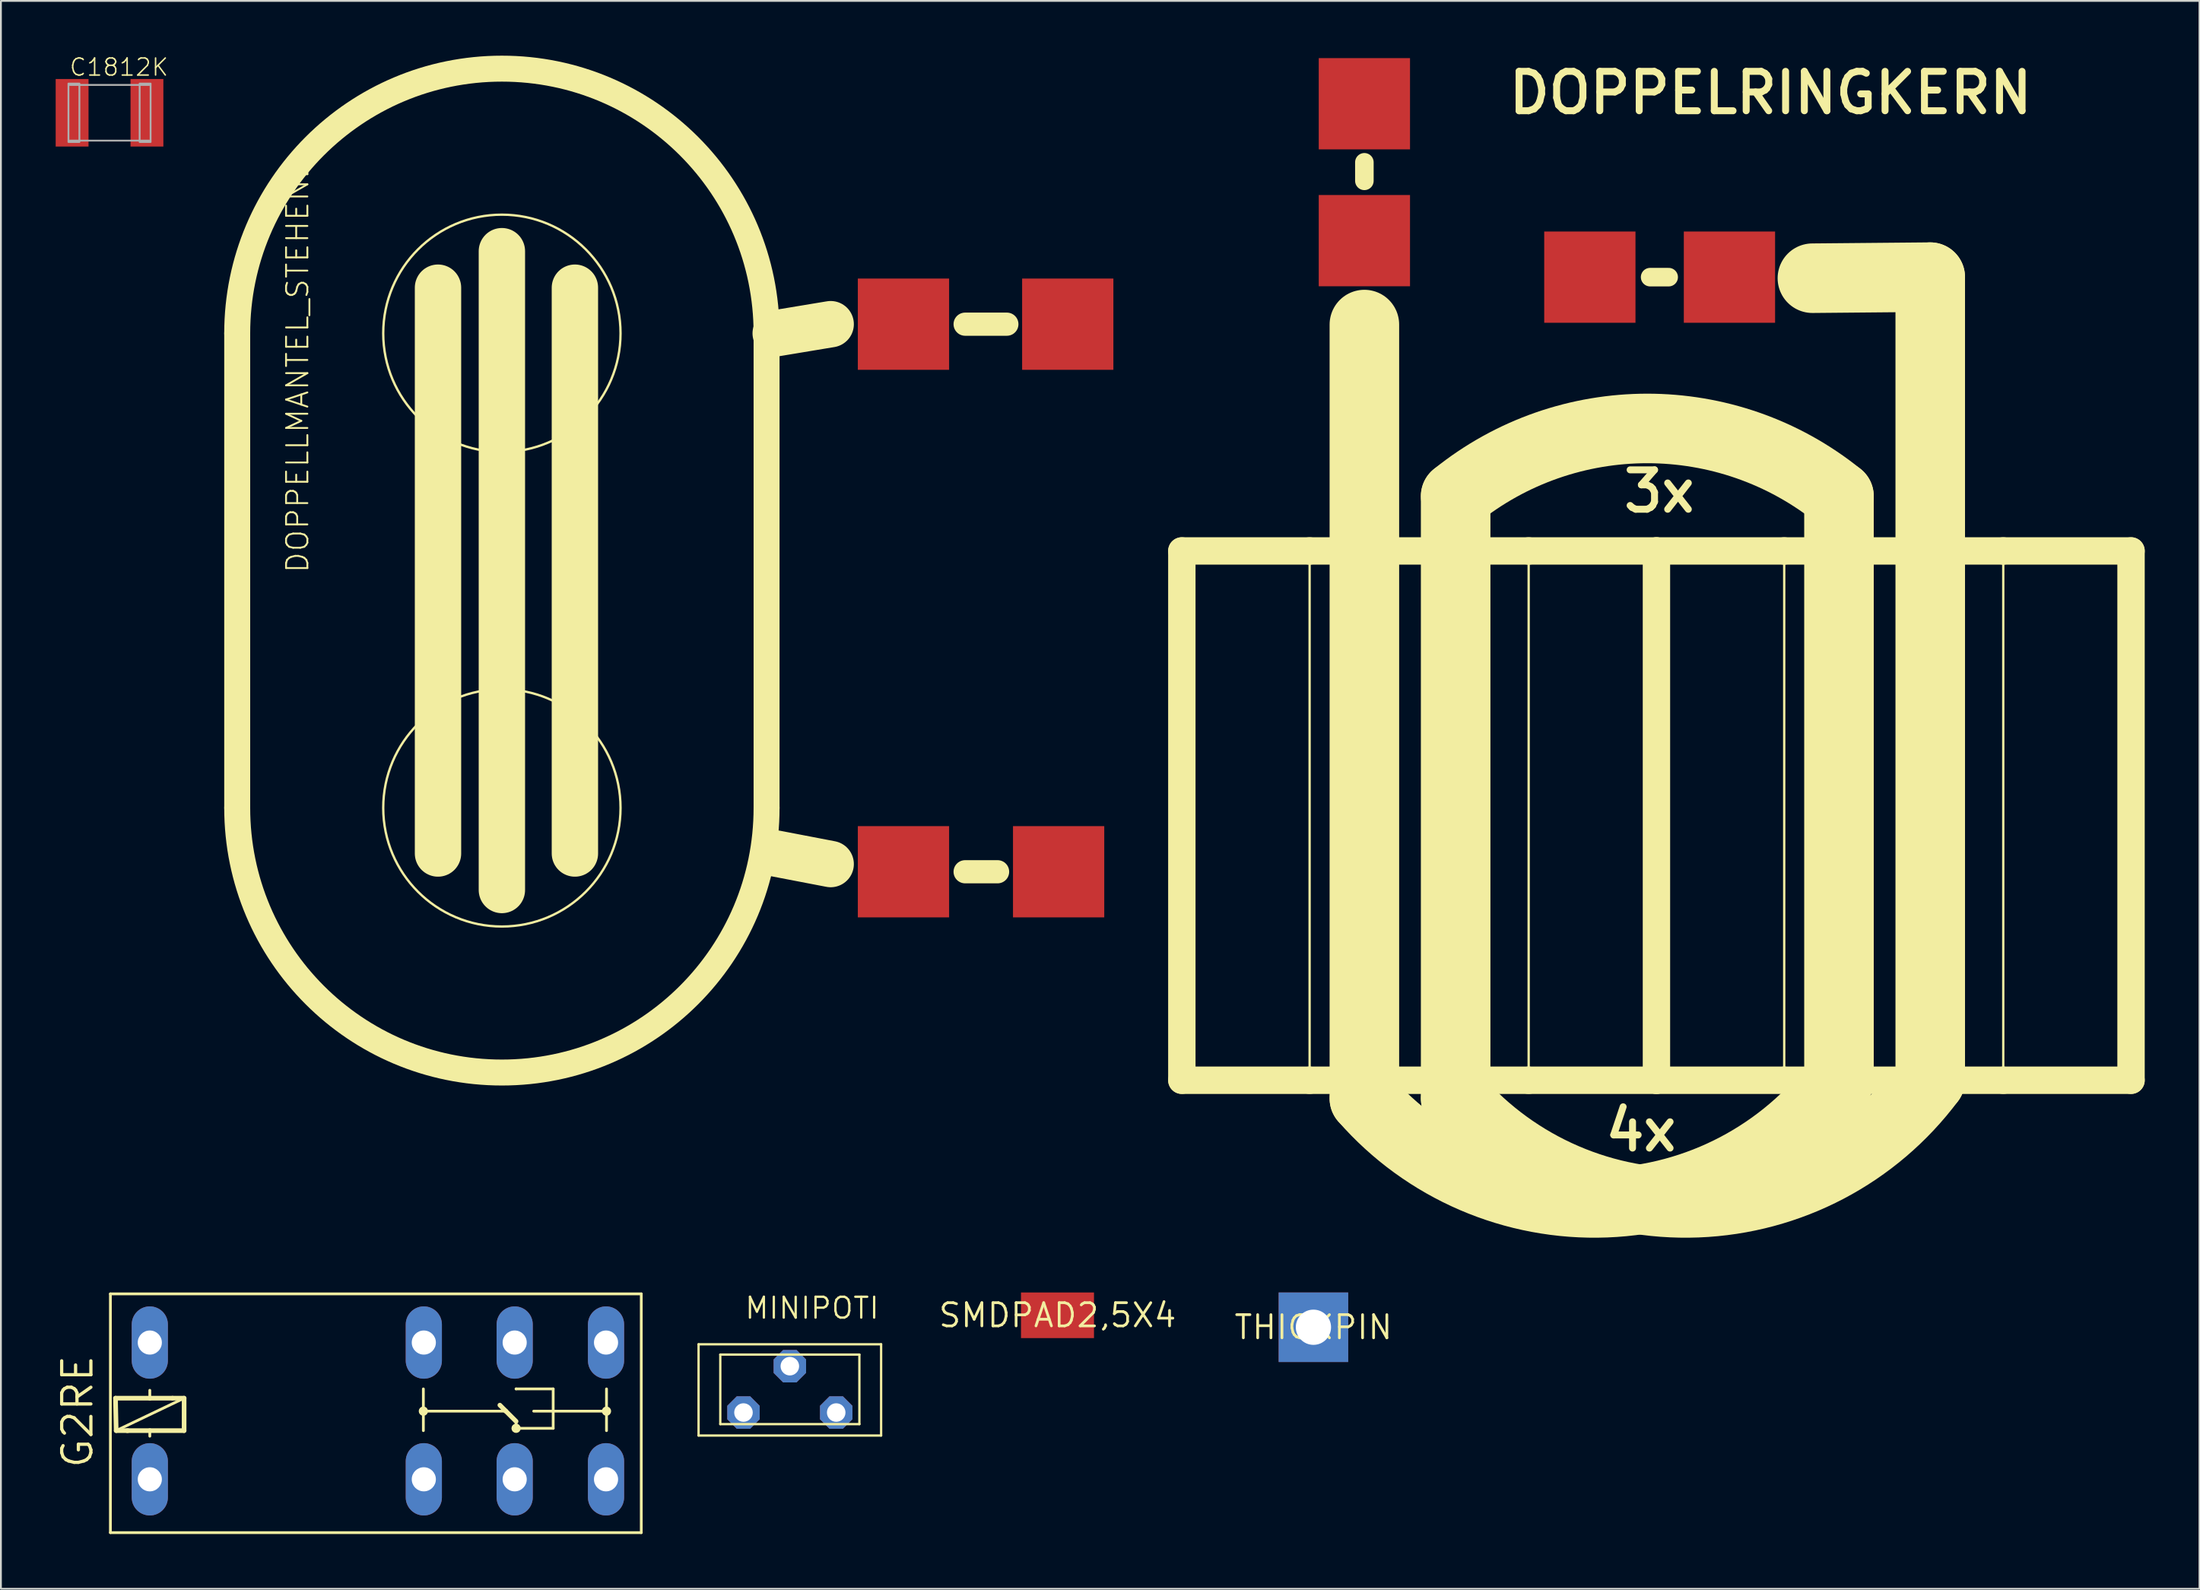
<source format=kicad_pcb>
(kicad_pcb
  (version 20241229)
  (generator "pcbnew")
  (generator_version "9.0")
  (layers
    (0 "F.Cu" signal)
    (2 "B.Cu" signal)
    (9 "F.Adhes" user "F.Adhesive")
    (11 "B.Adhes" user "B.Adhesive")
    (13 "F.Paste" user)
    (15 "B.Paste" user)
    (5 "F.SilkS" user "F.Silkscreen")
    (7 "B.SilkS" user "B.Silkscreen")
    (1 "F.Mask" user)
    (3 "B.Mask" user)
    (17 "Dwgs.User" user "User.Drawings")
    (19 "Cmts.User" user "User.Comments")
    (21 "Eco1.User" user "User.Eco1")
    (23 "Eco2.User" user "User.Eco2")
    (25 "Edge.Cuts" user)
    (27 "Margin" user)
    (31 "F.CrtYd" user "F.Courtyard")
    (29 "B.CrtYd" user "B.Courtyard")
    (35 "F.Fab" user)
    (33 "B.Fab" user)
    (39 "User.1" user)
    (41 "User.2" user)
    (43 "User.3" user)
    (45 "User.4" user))
  (footprint "SMDPAD2,5X4"
    (layer "F.Cu")
    (at 54.883 69.011)
    (property "Reference" "SMDPAD2,5X4" (at 0 0 0) (layer "F.SilkS") (effects (font (size 1.27 1.27) (thickness 0.15))))
    (pad "P$1" smd rect (at 0 0 90) (size 2.5 4) (layers "F.Cu" "F.Mask" "F.Paste")))
  (footprint "DOPPELRINGKERN"
    (layer "F.Cu")
    (at 86.265 45.212)
    (property "Reference" "DOPPELRINGKERN" (at -6.858 -41.91 0) (layer "F.SilkS") (effects (font (size 2.159 2.159) (thickness 0.381)) (justify left bottom)))
    (fp_line (start -24.57 -18.078) (end -24.57 10.922) (stroke (width 1.5) (type solid)) (layer "F.SilkS"))
    (fp_line (start -24.57 10.922) (end -17.57 10.922) (stroke (width 1.5) (type solid)) (layer "F.SilkS"))
    (fp_line (start -17.57 -18.078) (end -24.57 -18.078) (stroke (width 1.5) (type solid)) (layer "F.SilkS"))
    (fp_line (start -17.57 -18.078) (end -17.57 10.922) (stroke (width 0.127) (type solid)) (layer "F.SilkS"))
    (fp_line (start -17.57 10.922) (end -5.57 10.922) (stroke (width 1.5) (type solid)) (layer "F.SilkS"))
    (fp_line (start -14.57 -39.37) (end -14.57 -38.354) (stroke (width 1.016) (type solid)) (layer "F.SilkS"))
    (fp_line (start -14.57 -30.48) (end -14.57 11.922) (stroke (width 3.81) (type solid)) (layer "F.SilkS"))
    (fp_line (start -9.57 -21.078) (end -9.57 11.922) (stroke (width 3.81) (type solid)) (layer "F.SilkS"))
    (fp_line (start -5.57 -18.078) (end -17.57 -18.078) (stroke (width 1.5) (type solid)) (layer "F.SilkS"))
    (fp_line (start -5.57 -18.078) (end -5.57 10.922) (stroke (width 0.127) (type solid)) (layer "F.SilkS"))
    (fp_line (start -5.57 10.922) (end 1.43 10.922) (stroke (width 1.5) (type solid)) (layer "F.SilkS"))
    (fp_line (start 1.43 -18.078) (end -5.57 -18.078) (stroke (width 1.5) (type solid)) (layer "F.SilkS"))
    (fp_line (start 1.43 -18.078) (end 1.43 10.922) (stroke (width 1.5) (type solid)) (layer "F.SilkS"))
    (fp_line (start 1.43 10.922) (end 8.43 10.922) (stroke (width 1.5) (type solid)) (layer "F.SilkS"))
    (fp_line (start 2.1 -33.078) (end 1.084 -33.078) (stroke (width 1.016) (type solid)) (layer "F.SilkS"))
    (fp_line (start 8.43 -18.078) (end 1.43 -18.078) (stroke (width 1.5) (type solid)) (layer "F.SilkS"))
    (fp_line (start 8.43 -18.078) (end 8.43 10.922) (stroke (width 0.127) (type solid)) (layer "F.SilkS"))
    (fp_line (start 8.43 10.922) (end 11.43 10.922) (stroke (width 1.5) (type solid)) (layer "F.SilkS"))
    (fp_line (start 11.43 10.922) (end 11.43 -21.078) (stroke (width 3.81) (type solid)) (layer "F.SilkS"))
    (fp_line (start 11.43 10.922) (end 16.43 10.922) (stroke (width 1.5) (type solid)) (layer "F.SilkS"))
    (fp_line (start 16.43 -33.078) (end 9.974 -33.02) (stroke (width 3.81) (type solid)) (layer "F.SilkS"))
    (fp_line (start 16.43 10.922) (end 16.43 -33.078) (stroke (width 3.81) (type solid)) (layer "F.SilkS"))
    (fp_line (start 16.43 10.922) (end 20.43 10.922) (stroke (width 1.5) (type solid)) (layer "F.SilkS"))
    (fp_line (start 20.43 -18.078) (end 8.43 -18.078) (stroke (width 1.5) (type solid)) (layer "F.SilkS"))
    (fp_line (start 20.43 -18.078) (end 20.43 10.922) (stroke (width 0.127) (type solid)) (layer "F.SilkS"))
    (fp_line (start 20.43 10.922) (end 27.43 10.922) (stroke (width 1.5) (type solid)) (layer "F.SilkS"))
    (fp_line (start 27.43 -18.078) (end 20.43 -18.078) (stroke (width 1.5) (type solid)) (layer "F.SilkS"))
    (fp_line (start 27.43 10.922) (end 27.43 -18.078) (stroke (width 1.5) (type solid)) (layer "F.SilkS"))
    (fp_arc (start -9.570001 -21.077999) (mid 0.929999 -24.788775) (end 11.43 -21.078) (stroke (width 3.81) (type solid)) (layer "F.SilkS"))
    (fp_arc (start 11.429999 10.922) (mid -1.331182 17.631272) (end -14.57 11.922) (stroke (width 3.81) (type solid)) (layer "F.SilkS"))
    (fp_arc (start 16.429999 10.922) (mid 3.668818 17.631272) (end -9.57 11.922) (stroke (width 3.81) (type solid)) (layer "F.SilkS"))
    (fp_text user "3x" (at -0.57 -20.078 0) (layer "F.SilkS") (effects (font (size 2.159 2.159) (thickness 0.381)) (justify left bottom)))
    (fp_text user "4x" (at -1.57 14.922 0) (layer "F.SilkS") (effects (font (size 2.159 2.159) (thickness 0.381)) (justify left bottom)))
    (pad "P1" smd rect (at -14.57 -42.578) (size 5 5) (layers "F.Cu" "F.Mask" "F.Paste"))
    (pad "P2" smd rect (at -2.218 -33.078) (size 5 5) (layers "F.Cu" "F.Mask" "F.Paste"))
    (pad "S1" smd rect (at -14.57 -35.078) (size 5 5) (layers "F.Cu" "F.Mask" "F.Paste"))
    (pad "S2" smd rect (at 5.43 -33.078) (size 5 5) (layers "F.Cu" "F.Mask" "F.Paste")))
  (footprint "THICKPIN"
    (layer "F.Cu")
    (at 68.904 69.666)
    (property "Reference" "THICKPIN" (at 0 0 0) (layer "F.SilkS") (effects (font (size 1.27 1.27) (thickness 0.15))))
    (pad "1" thru_hole rect (at 0 0) (size 3.81 3.81) (drill 1.93) (layers "*.Cu" "*.Mask")))
  (footprint "G2RE"
    (layer "F.Cu")
    (at 20.168 74.187)
    (property "Reference" "G2RE" (at -18.034 3.302 90) (layer "F.SilkS") (effects (font (size 1.6 1.6) (thickness 0.178)) (justify left bottom)))
    (fp_line (start -17.17 6.731) (end -17.17 -6.35) (stroke (width 0.152) (type solid)) (layer "F.SilkS"))
    (fp_line (start -17.17 6.731) (end 11.913 6.731) (stroke (width 0.152) (type solid)) (layer "F.SilkS"))
    (fp_line (start -16.891 -0.635) (end -15.011 -0.635) (stroke (width 0.254) (type solid)) (layer "F.SilkS"))
    (fp_line (start -16.853 1.143) (end -16.891 -0.635) (stroke (width 0.254) (type solid)) (layer "F.SilkS"))
    (fp_line (start -16.218 1.143) (end -16.853 1.143) (stroke (width 0.254) (type solid)) (layer "F.SilkS"))
    (fp_line (start -15.011 -0.635) (end -15.011 -1.067) (stroke (width 0.152) (type solid)) (layer "F.SilkS"))
    (fp_line (start -15.011 -0.635) (end -13.767 -0.635) (stroke (width 0.254) (type solid)) (layer "F.SilkS"))
    (fp_line (start -15.011 1.143) (end -16.256 1.143) (stroke (width 0.254) (type solid)) (layer "F.SilkS"))
    (fp_line (start -15.011 1.448) (end -15.011 1.143) (stroke (width 0.152) (type solid)) (layer "F.SilkS"))
    (fp_line (start -13.767 -0.635) (end -13.132 -0.635) (stroke (width 0.254) (type solid)) (layer "F.SilkS"))
    (fp_line (start -13.132 -0.635) (end -16.853 1.143) (stroke (width 0.152) (type solid)) (layer "F.SilkS"))
    (fp_line (start -13.132 -0.635) (end -13.132 1.143) (stroke (width 0.254) (type solid)) (layer "F.SilkS"))
    (fp_line (start -13.132 1.143) (end -15.011 1.143) (stroke (width 0.254) (type solid)) (layer "F.SilkS"))
    (fp_line (start -0.025 0.076) (end -0.025 -1.143) (stroke (width 0.152) (type solid)) (layer "F.SilkS"))
    (fp_line (start -0.025 0.076) (end -0.025 1.143) (stroke (width 0.152) (type solid)) (layer "F.SilkS"))
    (fp_line (start 4.166 -0.254) (end 4.496 0.076) (stroke (width 0.254) (type solid)) (layer "F.SilkS"))
    (fp_line (start 4.496 0.076) (end -0.025 0.076) (stroke (width 0.152) (type solid)) (layer "F.SilkS"))
    (fp_line (start 4.496 0.076) (end 5.055 0.635) (stroke (width 0.254) (type solid)) (layer "F.SilkS"))
    (fp_line (start 5.055 -1.143) (end 5.055 -1.143) (stroke (width 0.152) (type solid)) (layer "F.SilkS"))
    (fp_line (start 5.055 -1.143) (end 7.087 -1.143) (stroke (width 0.152) (type solid)) (layer "F.SilkS"))
    (fp_line (start 5.055 1.016) (end 5.055 0.635) (stroke (width 0.152) (type solid)) (layer "F.SilkS"))
    (fp_line (start 5.055 1.143) (end 5.055 1.143) (stroke (width 0.152) (type solid)) (layer "F.SilkS"))
    (fp_line (start 6.02 0.076) (end 10.008 0.076) (stroke (width 0.152) (type solid)) (layer "F.SilkS"))
    (fp_line (start 7.087 1.016) (end 5.055 1.016) (stroke (width 0.152) (type solid)) (layer "F.SilkS"))
    (fp_line (start 7.087 1.016) (end 7.087 -1.143) (stroke (width 0.152) (type solid)) (layer "F.SilkS"))
    (fp_line (start 10.008 0.076) (end 10.008 -1.143) (stroke (width 0.152) (type solid)) (layer "F.SilkS"))
    (fp_line (start 10.008 0.076) (end 10.008 1.143) (stroke (width 0.152) (type solid)) (layer "F.SilkS"))
    (fp_line (start 11.913 -6.35) (end -17.17 -6.35) (stroke (width 0.152) (type solid)) (layer "F.SilkS"))
    (fp_line (start 11.913 -6.35) (end 11.913 6.731) (stroke (width 0.152) (type solid)) (layer "F.SilkS"))
    (fp_circle (center -0.025 0.076) (end 0.102 0.076) (stroke (width 0.254) (type solid)) (fill no) (layer "F.SilkS"))
    (fp_circle (center 5.055 1.016) (end 5.182 1.016) (stroke (width 0.254) (type solid)) (fill no) (layer "F.SilkS"))
    (fp_circle (center 10.008 0.076) (end 10.135 0.076) (stroke (width 0.254) (type solid)) (fill no) (layer "F.SilkS"))
    (pad "1" thru_hole oval (at -15.011 3.81 90) (size 3.962 1.981) (drill 1.321) (layers "*.Cu" "*.Mask"))
    (pad "2" thru_hole oval (at -15.011 -3.683 90) (size 3.962 1.981) (drill 1.321) (layers "*.Cu" "*.Mask"))
    (pad "O0" thru_hole oval (at 0 3.81 90) (size 3.962 1.981) (drill 1.321) (layers "*.Cu" "*.Mask"))
    (pad "O1" thru_hole oval (at 0 -3.683 90) (size 3.962 1.981) (drill 1.321) (layers "*.Cu" "*.Mask"))
    (pad "P0" thru_hole oval (at 4.978 3.81 90) (size 3.962 1.981) (drill 1.321) (layers "*.Cu" "*.Mask"))
    (pad "P1" thru_hole oval (at 4.978 -3.683 90) (size 3.962 1.981) (drill 1.321) (layers "*.Cu" "*.Mask"))
    (pad "S0" thru_hole oval (at 9.982 3.81 90) (size 3.962 1.981) (drill 1.321) (layers "*.Cu" "*.Mask"))
    (pad "S1" thru_hole oval (at 9.982 -3.683 90) (size 3.962 1.981) (drill 1.321) (layers "*.Cu" "*.Mask")))
  (footprint "DOPPELLMANTEL_STEHEND"
    (layer "F.Cu")
    (at 9.437 52.417)
    (property "Reference" "DOPPELLMANTEL_STEHEND" (at 4.5 -24 90) (layer "F.SilkS") (effects (font (size 1.168 1.168) (thickness 0.102)) (justify left bottom)))
    (fp_line (start 0.508 -37.206) (end 0.508 -11.206) (stroke (width 1.422) (type solid)) (layer "F.SilkS"))
    (fp_line (start 11.508 -39.706) (end 11.508 -8.706) (stroke (width 2.54) (type solid)) (layer "F.SilkS"))
    (fp_line (start 15.008 -41.706) (end 15.008 -6.706) (stroke (width 2.54) (type solid)) (layer "F.SilkS"))
    (fp_line (start 19.008 -39.706) (end 19.008 -8.706) (stroke (width 2.54) (type solid)) (layer "F.SilkS"))
    (fp_line (start 29.508 -11.206) (end 29.508 -37.206) (stroke (width 1.422) (type solid)) (layer "F.SilkS"))
    (fp_line (start 33.02 -37.706) (end 30.008 -37.206) (stroke (width 2.54) (type solid)) (layer "F.SilkS"))
    (fp_line (start 33.02 -8.128) (end 30.008 -8.706) (stroke (width 2.54) (type solid)) (layer "F.SilkS"))
    (fp_line (start 42.164 -7.706) (end 40.386 -7.706) (stroke (width 1.27) (type solid)) (layer "F.SilkS"))
    (fp_line (start 42.672 -37.706) (end 40.386 -37.706) (stroke (width 1.27) (type solid)) (layer "F.SilkS"))
    (fp_arc (start 0.508 -37.206) (mid 15.008 -51.706) (end 29.508 -37.206) (stroke (width 1.4224) (type solid)) (layer "F.SilkS"))
    (fp_arc (start 29.508 -11.206) (mid 15.008 3.294) (end 0.508 -11.206) (stroke (width 1.4224) (type solid)) (layer "F.SilkS"))
    (fp_circle (center 15.008 -37.206) (end 21.508 -37.206) (stroke (width 0.127) (type solid)) (fill no) (layer "F.SilkS"))
    (fp_circle (center 15.008 -11.206) (end 21.508 -11.206) (stroke (width 0.127) (type solid)) (fill no) (layer "F.SilkS"))
    (pad "P1" smd rect (at 37.008 -7.706 90) (size 5 5) (layers "F.Cu" "F.Mask" "F.Paste"))
    (pad "P2" smd rect (at 37.008 -37.706 270) (size 5 5) (layers "F.Cu" "F.Mask" "F.Paste"))
    (pad "S1" smd rect (at 45.508 -7.706 90) (size 5 5) (layers "F.Cu" "F.Mask" "F.Paste"))
    (pad "S2" smd rect (at 46.008 -37.706 270) (size 5 5) (layers "F.Cu" "F.Mask" "F.Paste")))
  (footprint "C1812K"
    (layer "F.Cu")
    (at 2.95 3.129)
    (property "Reference" "C1812K" (at -2.25 -1.95 0) (layer "F.SilkS") (effects (font (size 0.935 0.935) (thickness 0.081)) (justify left bottom)))
    (fp_line (start -2.175 -1.525) (end 2.175 -1.525) (stroke (width 0.102) (type solid)) (layer "F.Fab"))
    (fp_line (start 2.175 1.525) (end -2.175 1.525) (stroke (width 0.102) (type solid)) (layer "F.Fab"))
    (fp_poly (pts (xy -2.25 1.6) (xy -1.65 1.6) (xy -1.65 -1.6) (xy -2.25 -1.6)) (stroke (width 0.1) (type default)) (fill no) (layer "F.Fab"))
    (fp_poly (pts (xy 1.65 1.6) (xy 2.25 1.6) (xy 2.25 -1.6) (xy 1.65 -1.6)) (stroke (width 0.1) (type default)) (fill no) (layer "F.Fab"))
    (pad "1" smd rect (at -2.05 0) (size 1.8 3.7) (layers "F.Cu" "F.Mask" "F.Paste"))
    (pad "2" smd rect (at 2.05 0) (size 1.8 3.7) (layers "F.Cu" "F.Mask" "F.Paste")))
  (footprint "MINIPOTI"
    (layer "F.Cu")
    (at 40.22 71.799)
    (property "Reference" "MINIPOTI" (at -2.54 -2.515 0) (layer "F.SilkS") (effects (font (size 1.143 1.143) (thickness 0.127)) (justify left bottom)))
    (fp_line (start -5 -1.2) (end -5 3.8) (stroke (width 0.127) (type solid)) (layer "F.SilkS"))
    (fp_line (start -5 -1.2) (end 5 -1.2) (stroke (width 0.127) (type solid)) (layer "F.SilkS"))
    (fp_line (start -5 3.8) (end 5 3.8) (stroke (width 0.127) (type solid)) (layer "F.SilkS"))
    (fp_line (start -3.81 -0.635) (end 3.81 -0.635) (stroke (width 0.127) (type solid)) (layer "F.SilkS"))
    (fp_line (start -3.81 3.175) (end -3.81 -0.635) (stroke (width 0.127) (type solid)) (layer "F.SilkS"))
    (fp_line (start -3.81 3.175) (end 3.81 3.175) (stroke (width 0.127) (type solid)) (layer "F.SilkS"))
    (fp_line (start 3.81 -0.635) (end 3.81 3.175) (stroke (width 0.127) (type solid)) (layer "F.SilkS"))
    (fp_line (start 5 -1.2) (end 5 3.8) (stroke (width 0.127) (type solid)) (layer "F.SilkS"))
    (pad "1" thru_hole roundrect (at -2.54 2.54) (size 1.778 1.778) (drill 1.016) (layers "*.Cu" "*.Mask") (roundrect_rratio 0.25) (chamfer_ratio 0.293) (chamfer top_left top_right bottom_left bottom_right))
    (pad "2" thru_hole roundrect (at 2.54 2.54) (size 1.778 1.778) (drill 1.016) (layers "*.Cu" "*.Mask") (roundrect_rratio 0.25) (chamfer_ratio 0.293) (chamfer top_left top_right bottom_left bottom_right))
    (pad "3" thru_hole roundrect (at 0 0) (size 1.778 1.778) (drill 1.016) (layers "*.Cu" "*.Mask") (roundrect_rratio 0.25) (chamfer_ratio 0.293) (chamfer top_left top_right bottom_left bottom_right)))
  (gr_rect
    (start -3 -3)
    (end 117.445 83.994)
    (stroke (width 0.1) (type default))
    (fill no)
    (layer "Edge.Cuts")))
</source>
